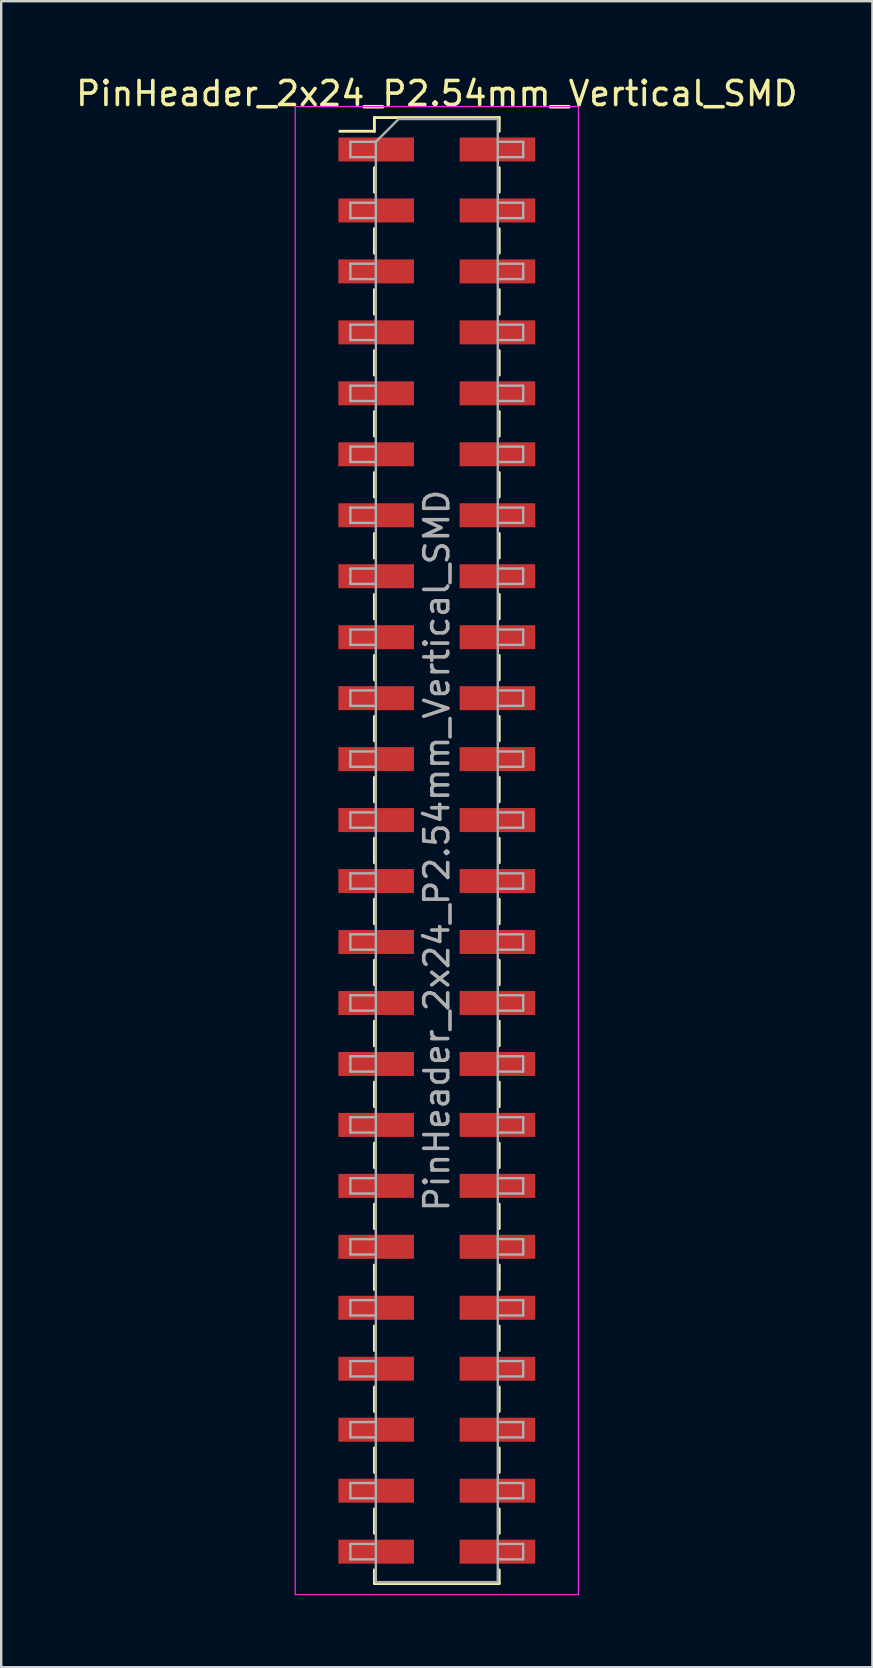
<source format=kicad_pcb>
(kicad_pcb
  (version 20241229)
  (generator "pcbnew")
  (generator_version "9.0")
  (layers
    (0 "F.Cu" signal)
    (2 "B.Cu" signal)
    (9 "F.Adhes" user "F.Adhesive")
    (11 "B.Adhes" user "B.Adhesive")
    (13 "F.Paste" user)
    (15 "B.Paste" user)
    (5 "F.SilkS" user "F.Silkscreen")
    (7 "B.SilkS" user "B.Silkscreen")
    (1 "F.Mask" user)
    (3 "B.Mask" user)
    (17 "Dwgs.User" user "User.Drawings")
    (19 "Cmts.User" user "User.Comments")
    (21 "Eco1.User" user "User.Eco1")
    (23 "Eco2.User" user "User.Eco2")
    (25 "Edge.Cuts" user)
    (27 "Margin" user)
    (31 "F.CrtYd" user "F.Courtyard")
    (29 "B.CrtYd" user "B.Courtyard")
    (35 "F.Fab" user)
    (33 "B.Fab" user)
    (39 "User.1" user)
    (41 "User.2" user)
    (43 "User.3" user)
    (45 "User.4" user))
  (footprint "PinHeader_2x24_P2.54mm_Vertical_SMD"
    (layer "F.Cu")
    (at 15.149 32.388)
    (property "Reference" "PinHeader_2x24_P2.54mm_Vertical_SMD" (at 0 -31.54 0) (layer "F.SilkS") (effects (font (size 1 1) (thickness 0.15))))
    (attr smd)
    (fp_line (start -4.04 -29.97) (end -2.6 -29.97) (stroke (width 0.12) (type solid)) (layer "F.SilkS"))
    (fp_line (start -2.6 -30.54) (end -2.6 -29.97) (stroke (width 0.12) (type solid)) (layer "F.SilkS"))
    (fp_line (start -2.6 -30.54) (end 2.6 -30.54) (stroke (width 0.12) (type solid)) (layer "F.SilkS"))
    (fp_line (start -2.6 -28.45) (end -2.6 -27.43) (stroke (width 0.12) (type solid)) (layer "F.SilkS"))
    (fp_line (start -2.6 -25.91) (end -2.6 -24.89) (stroke (width 0.12) (type solid)) (layer "F.SilkS"))
    (fp_line (start -2.6 -23.37) (end -2.6 -22.35) (stroke (width 0.12) (type solid)) (layer "F.SilkS"))
    (fp_line (start -2.6 -20.83) (end -2.6 -19.81) (stroke (width 0.12) (type solid)) (layer "F.SilkS"))
    (fp_line (start -2.6 -18.29) (end -2.6 -17.27) (stroke (width 0.12) (type solid)) (layer "F.SilkS"))
    (fp_line (start -2.6 -15.75) (end -2.6 -14.73) (stroke (width 0.12) (type solid)) (layer "F.SilkS"))
    (fp_line (start -2.6 -13.21) (end -2.6 -12.19) (stroke (width 0.12) (type solid)) (layer "F.SilkS"))
    (fp_line (start -2.6 -10.67) (end -2.6 -9.65) (stroke (width 0.12) (type solid)) (layer "F.SilkS"))
    (fp_line (start -2.6 -8.13) (end -2.6 -7.11) (stroke (width 0.12) (type solid)) (layer "F.SilkS"))
    (fp_line (start -2.6 -5.59) (end -2.6 -4.57) (stroke (width 0.12) (type solid)) (layer "F.SilkS"))
    (fp_line (start -2.6 -3.05) (end -2.6 -2.03) (stroke (width 0.12) (type solid)) (layer "F.SilkS"))
    (fp_line (start -2.6 -0.51) (end -2.6 0.51) (stroke (width 0.12) (type solid)) (layer "F.SilkS"))
    (fp_line (start -2.6 2.03) (end -2.6 3.05) (stroke (width 0.12) (type solid)) (layer "F.SilkS"))
    (fp_line (start -2.6 4.57) (end -2.6 5.59) (stroke (width 0.12) (type solid)) (layer "F.SilkS"))
    (fp_line (start -2.6 7.11) (end -2.6 8.13) (stroke (width 0.12) (type solid)) (layer "F.SilkS"))
    (fp_line (start -2.6 9.65) (end -2.6 10.67) (stroke (width 0.12) (type solid)) (layer "F.SilkS"))
    (fp_line (start -2.6 12.19) (end -2.6 13.21) (stroke (width 0.12) (type solid)) (layer "F.SilkS"))
    (fp_line (start -2.6 14.73) (end -2.6 15.75) (stroke (width 0.12) (type solid)) (layer "F.SilkS"))
    (fp_line (start -2.6 17.27) (end -2.6 18.29) (stroke (width 0.12) (type solid)) (layer "F.SilkS"))
    (fp_line (start -2.6 19.81) (end -2.6 20.83) (stroke (width 0.12) (type solid)) (layer "F.SilkS"))
    (fp_line (start -2.6 22.35) (end -2.6 23.37) (stroke (width 0.12) (type solid)) (layer "F.SilkS"))
    (fp_line (start -2.6 24.89) (end -2.6 25.91) (stroke (width 0.12) (type solid)) (layer "F.SilkS"))
    (fp_line (start -2.6 27.43) (end -2.6 28.45) (stroke (width 0.12) (type solid)) (layer "F.SilkS"))
    (fp_line (start -2.6 29.97) (end -2.6 30.54) (stroke (width 0.12) (type solid)) (layer "F.SilkS"))
    (fp_line (start -2.6 30.54) (end 2.6 30.54) (stroke (width 0.12) (type solid)) (layer "F.SilkS"))
    (fp_line (start 2.6 -30.54) (end 2.6 -29.97) (stroke (width 0.12) (type solid)) (layer "F.SilkS"))
    (fp_line (start 2.6 -28.45) (end 2.6 -27.43) (stroke (width 0.12) (type solid)) (layer "F.SilkS"))
    (fp_line (start 2.6 -25.91) (end 2.6 -24.89) (stroke (width 0.12) (type solid)) (layer "F.SilkS"))
    (fp_line (start 2.6 -23.37) (end 2.6 -22.35) (stroke (width 0.12) (type solid)) (layer "F.SilkS"))
    (fp_line (start 2.6 -20.83) (end 2.6 -19.81) (stroke (width 0.12) (type solid)) (layer "F.SilkS"))
    (fp_line (start 2.6 -18.29) (end 2.6 -17.27) (stroke (width 0.12) (type solid)) (layer "F.SilkS"))
    (fp_line (start 2.6 -15.75) (end 2.6 -14.73) (stroke (width 0.12) (type solid)) (layer "F.SilkS"))
    (fp_line (start 2.6 -13.21) (end 2.6 -12.19) (stroke (width 0.12) (type solid)) (layer "F.SilkS"))
    (fp_line (start 2.6 -10.67) (end 2.6 -9.65) (stroke (width 0.12) (type solid)) (layer "F.SilkS"))
    (fp_line (start 2.6 -8.13) (end 2.6 -7.11) (stroke (width 0.12) (type solid)) (layer "F.SilkS"))
    (fp_line (start 2.6 -5.59) (end 2.6 -4.57) (stroke (width 0.12) (type solid)) (layer "F.SilkS"))
    (fp_line (start 2.6 -3.05) (end 2.6 -2.03) (stroke (width 0.12) (type solid)) (layer "F.SilkS"))
    (fp_line (start 2.6 -0.51) (end 2.6 0.51) (stroke (width 0.12) (type solid)) (layer "F.SilkS"))
    (fp_line (start 2.6 2.03) (end 2.6 3.05) (stroke (width 0.12) (type solid)) (layer "F.SilkS"))
    (fp_line (start 2.6 4.57) (end 2.6 5.59) (stroke (width 0.12) (type solid)) (layer "F.SilkS"))
    (fp_line (start 2.6 7.11) (end 2.6 8.13) (stroke (width 0.12) (type solid)) (layer "F.SilkS"))
    (fp_line (start 2.6 9.65) (end 2.6 10.67) (stroke (width 0.12) (type solid)) (layer "F.SilkS"))
    (fp_line (start 2.6 12.19) (end 2.6 13.21) (stroke (width 0.12) (type solid)) (layer "F.SilkS"))
    (fp_line (start 2.6 14.73) (end 2.6 15.75) (stroke (width 0.12) (type solid)) (layer "F.SilkS"))
    (fp_line (start 2.6 17.27) (end 2.6 18.29) (stroke (width 0.12) (type solid)) (layer "F.SilkS"))
    (fp_line (start 2.6 19.81) (end 2.6 20.83) (stroke (width 0.12) (type solid)) (layer "F.SilkS"))
    (fp_line (start 2.6 22.35) (end 2.6 23.37) (stroke (width 0.12) (type solid)) (layer "F.SilkS"))
    (fp_line (start 2.6 24.89) (end 2.6 25.91) (stroke (width 0.12) (type solid)) (layer "F.SilkS"))
    (fp_line (start 2.6 27.43) (end 2.6 28.45) (stroke (width 0.12) (type solid)) (layer "F.SilkS"))
    (fp_line (start 2.6 29.97) (end 2.6 30.54) (stroke (width 0.12) (type solid)) (layer "F.SilkS"))
    (fp_line (start -5.9 -31) (end -5.9 31) (stroke (width 0.05) (type solid)) (layer "F.CrtYd"))
    (fp_line (start -5.9 31) (end 5.9 31) (stroke (width 0.05) (type solid)) (layer "F.CrtYd"))
    (fp_line (start 5.9 -31) (end -5.9 -31) (stroke (width 0.05) (type solid)) (layer "F.CrtYd"))
    (fp_line (start 5.9 31) (end 5.9 -31) (stroke (width 0.05) (type solid)) (layer "F.CrtYd"))
    (fp_line (start -3.6 -29.53) (end -3.6 -28.89) (stroke (width 0.1) (type solid)) (layer "F.Fab"))
    (fp_line (start -3.6 -28.89) (end -2.54 -28.89) (stroke (width 0.1) (type solid)) (layer "F.Fab"))
    (fp_line (start -3.6 -26.99) (end -3.6 -26.35) (stroke (width 0.1) (type solid)) (layer "F.Fab"))
    (fp_line (start -3.6 -26.35) (end -2.54 -26.35) (stroke (width 0.1) (type solid)) (layer "F.Fab"))
    (fp_line (start -3.6 -24.45) (end -3.6 -23.81) (stroke (width 0.1) (type solid)) (layer "F.Fab"))
    (fp_line (start -3.6 -23.81) (end -2.54 -23.81) (stroke (width 0.1) (type solid)) (layer "F.Fab"))
    (fp_line (start -3.6 -21.91) (end -3.6 -21.27) (stroke (width 0.1) (type solid)) (layer "F.Fab"))
    (fp_line (start -3.6 -21.27) (end -2.54 -21.27) (stroke (width 0.1) (type solid)) (layer "F.Fab"))
    (fp_line (start -3.6 -19.37) (end -3.6 -18.73) (stroke (width 0.1) (type solid)) (layer "F.Fab"))
    (fp_line (start -3.6 -18.73) (end -2.54 -18.73) (stroke (width 0.1) (type solid)) (layer "F.Fab"))
    (fp_line (start -3.6 -16.83) (end -3.6 -16.19) (stroke (width 0.1) (type solid)) (layer "F.Fab"))
    (fp_line (start -3.6 -16.19) (end -2.54 -16.19) (stroke (width 0.1) (type solid)) (layer "F.Fab"))
    (fp_line (start -3.6 -14.29) (end -3.6 -13.65) (stroke (width 0.1) (type solid)) (layer "F.Fab"))
    (fp_line (start -3.6 -13.65) (end -2.54 -13.65) (stroke (width 0.1) (type solid)) (layer "F.Fab"))
    (fp_line (start -3.6 -11.75) (end -3.6 -11.11) (stroke (width 0.1) (type solid)) (layer "F.Fab"))
    (fp_line (start -3.6 -11.11) (end -2.54 -11.11) (stroke (width 0.1) (type solid)) (layer "F.Fab"))
    (fp_line (start -3.6 -9.21) (end -3.6 -8.57) (stroke (width 0.1) (type solid)) (layer "F.Fab"))
    (fp_line (start -3.6 -8.57) (end -2.54 -8.57) (stroke (width 0.1) (type solid)) (layer "F.Fab"))
    (fp_line (start -3.6 -6.67) (end -3.6 -6.03) (stroke (width 0.1) (type solid)) (layer "F.Fab"))
    (fp_line (start -3.6 -6.03) (end -2.54 -6.03) (stroke (width 0.1) (type solid)) (layer "F.Fab"))
    (fp_line (start -3.6 -4.13) (end -3.6 -3.49) (stroke (width 0.1) (type solid)) (layer "F.Fab"))
    (fp_line (start -3.6 -3.49) (end -2.54 -3.49) (stroke (width 0.1) (type solid)) (layer "F.Fab"))
    (fp_line (start -3.6 -1.59) (end -3.6 -0.95) (stroke (width 0.1) (type solid)) (layer "F.Fab"))
    (fp_line (start -3.6 -0.95) (end -2.54 -0.95) (stroke (width 0.1) (type solid)) (layer "F.Fab"))
    (fp_line (start -3.6 0.95) (end -3.6 1.59) (stroke (width 0.1) (type solid)) (layer "F.Fab"))
    (fp_line (start -3.6 1.59) (end -2.54 1.59) (stroke (width 0.1) (type solid)) (layer "F.Fab"))
    (fp_line (start -3.6 3.49) (end -3.6 4.13) (stroke (width 0.1) (type solid)) (layer "F.Fab"))
    (fp_line (start -3.6 4.13) (end -2.54 4.13) (stroke (width 0.1) (type solid)) (layer "F.Fab"))
    (fp_line (start -3.6 6.03) (end -3.6 6.67) (stroke (width 0.1) (type solid)) (layer "F.Fab"))
    (fp_line (start -3.6 6.67) (end -2.54 6.67) (stroke (width 0.1) (type solid)) (layer "F.Fab"))
    (fp_line (start -3.6 8.57) (end -3.6 9.21) (stroke (width 0.1) (type solid)) (layer "F.Fab"))
    (fp_line (start -3.6 9.21) (end -2.54 9.21) (stroke (width 0.1) (type solid)) (layer "F.Fab"))
    (fp_line (start -3.6 11.11) (end -3.6 11.75) (stroke (width 0.1) (type solid)) (layer "F.Fab"))
    (fp_line (start -3.6 11.75) (end -2.54 11.75) (stroke (width 0.1) (type solid)) (layer "F.Fab"))
    (fp_line (start -3.6 13.65) (end -3.6 14.29) (stroke (width 0.1) (type solid)) (layer "F.Fab"))
    (fp_line (start -3.6 14.29) (end -2.54 14.29) (stroke (width 0.1) (type solid)) (layer "F.Fab"))
    (fp_line (start -3.6 16.19) (end -3.6 16.83) (stroke (width 0.1) (type solid)) (layer "F.Fab"))
    (fp_line (start -3.6 16.83) (end -2.54 16.83) (stroke (width 0.1) (type solid)) (layer "F.Fab"))
    (fp_line (start -3.6 18.73) (end -3.6 19.37) (stroke (width 0.1) (type solid)) (layer "F.Fab"))
    (fp_line (start -3.6 19.37) (end -2.54 19.37) (stroke (width 0.1) (type solid)) (layer "F.Fab"))
    (fp_line (start -3.6 21.27) (end -3.6 21.91) (stroke (width 0.1) (type solid)) (layer "F.Fab"))
    (fp_line (start -3.6 21.91) (end -2.54 21.91) (stroke (width 0.1) (type solid)) (layer "F.Fab"))
    (fp_line (start -3.6 23.81) (end -3.6 24.45) (stroke (width 0.1) (type solid)) (layer "F.Fab"))
    (fp_line (start -3.6 24.45) (end -2.54 24.45) (stroke (width 0.1) (type solid)) (layer "F.Fab"))
    (fp_line (start -3.6 26.35) (end -3.6 26.99) (stroke (width 0.1) (type solid)) (layer "F.Fab"))
    (fp_line (start -3.6 26.99) (end -2.54 26.99) (stroke (width 0.1) (type solid)) (layer "F.Fab"))
    (fp_line (start -3.6 28.89) (end -3.6 29.53) (stroke (width 0.1) (type solid)) (layer "F.Fab"))
    (fp_line (start -3.6 29.53) (end -2.54 29.53) (stroke (width 0.1) (type solid)) (layer "F.Fab"))
    (fp_line (start -2.54 -29.53) (end -3.6 -29.53) (stroke (width 0.1) (type solid)) (layer "F.Fab"))
    (fp_line (start -2.54 -29.53) (end -1.59 -30.48) (stroke (width 0.1) (type solid)) (layer "F.Fab"))
    (fp_line (start -2.54 -26.99) (end -3.6 -26.99) (stroke (width 0.1) (type solid)) (layer "F.Fab"))
    (fp_line (start -2.54 -24.45) (end -3.6 -24.45) (stroke (width 0.1) (type solid)) (layer "F.Fab"))
    (fp_line (start -2.54 -21.91) (end -3.6 -21.91) (stroke (width 0.1) (type solid)) (layer "F.Fab"))
    (fp_line (start -2.54 -19.37) (end -3.6 -19.37) (stroke (width 0.1) (type solid)) (layer "F.Fab"))
    (fp_line (start -2.54 -16.83) (end -3.6 -16.83) (stroke (width 0.1) (type solid)) (layer "F.Fab"))
    (fp_line (start -2.54 -14.29) (end -3.6 -14.29) (stroke (width 0.1) (type solid)) (layer "F.Fab"))
    (fp_line (start -2.54 -11.75) (end -3.6 -11.75) (stroke (width 0.1) (type solid)) (layer "F.Fab"))
    (fp_line (start -2.54 -9.21) (end -3.6 -9.21) (stroke (width 0.1) (type solid)) (layer "F.Fab"))
    (fp_line (start -2.54 -6.67) (end -3.6 -6.67) (stroke (width 0.1) (type solid)) (layer "F.Fab"))
    (fp_line (start -2.54 -4.13) (end -3.6 -4.13) (stroke (width 0.1) (type solid)) (layer "F.Fab"))
    (fp_line (start -2.54 -1.59) (end -3.6 -1.59) (stroke (width 0.1) (type solid)) (layer "F.Fab"))
    (fp_line (start -2.54 0.95) (end -3.6 0.95) (stroke (width 0.1) (type solid)) (layer "F.Fab"))
    (fp_line (start -2.54 3.49) (end -3.6 3.49) (stroke (width 0.1) (type solid)) (layer "F.Fab"))
    (fp_line (start -2.54 6.03) (end -3.6 6.03) (stroke (width 0.1) (type solid)) (layer "F.Fab"))
    (fp_line (start -2.54 8.57) (end -3.6 8.57) (stroke (width 0.1) (type solid)) (layer "F.Fab"))
    (fp_line (start -2.54 11.11) (end -3.6 11.11) (stroke (width 0.1) (type solid)) (layer "F.Fab"))
    (fp_line (start -2.54 13.65) (end -3.6 13.65) (stroke (width 0.1) (type solid)) (layer "F.Fab"))
    (fp_line (start -2.54 16.19) (end -3.6 16.19) (stroke (width 0.1) (type solid)) (layer "F.Fab"))
    (fp_line (start -2.54 18.73) (end -3.6 18.73) (stroke (width 0.1) (type solid)) (layer "F.Fab"))
    (fp_line (start -2.54 21.27) (end -3.6 21.27) (stroke (width 0.1) (type solid)) (layer "F.Fab"))
    (fp_line (start -2.54 23.81) (end -3.6 23.81) (stroke (width 0.1) (type solid)) (layer "F.Fab"))
    (fp_line (start -2.54 26.35) (end -3.6 26.35) (stroke (width 0.1) (type solid)) (layer "F.Fab"))
    (fp_line (start -2.54 28.89) (end -3.6 28.89) (stroke (width 0.1) (type solid)) (layer "F.Fab"))
    (fp_line (start -2.54 30.48) (end -2.54 -29.53) (stroke (width 0.1) (type solid)) (layer "F.Fab"))
    (fp_line (start -1.59 -30.48) (end 2.54 -30.48) (stroke (width 0.1) (type solid)) (layer "F.Fab"))
    (fp_line (start 2.54 -30.48) (end 2.54 30.48) (stroke (width 0.1) (type solid)) (layer "F.Fab"))
    (fp_line (start 2.54 -29.53) (end 3.6 -29.53) (stroke (width 0.1) (type solid)) (layer "F.Fab"))
    (fp_line (start 2.54 -26.99) (end 3.6 -26.99) (stroke (width 0.1) (type solid)) (layer "F.Fab"))
    (fp_line (start 2.54 -24.45) (end 3.6 -24.45) (stroke (width 0.1) (type solid)) (layer "F.Fab"))
    (fp_line (start 2.54 -21.91) (end 3.6 -21.91) (stroke (width 0.1) (type solid)) (layer "F.Fab"))
    (fp_line (start 2.54 -19.37) (end 3.6 -19.37) (stroke (width 0.1) (type solid)) (layer "F.Fab"))
    (fp_line (start 2.54 -16.83) (end 3.6 -16.83) (stroke (width 0.1) (type solid)) (layer "F.Fab"))
    (fp_line (start 2.54 -14.29) (end 3.6 -14.29) (stroke (width 0.1) (type solid)) (layer "F.Fab"))
    (fp_line (start 2.54 -11.75) (end 3.6 -11.75) (stroke (width 0.1) (type solid)) (layer "F.Fab"))
    (fp_line (start 2.54 -9.21) (end 3.6 -9.21) (stroke (width 0.1) (type solid)) (layer "F.Fab"))
    (fp_line (start 2.54 -6.67) (end 3.6 -6.67) (stroke (width 0.1) (type solid)) (layer "F.Fab"))
    (fp_line (start 2.54 -4.13) (end 3.6 -4.13) (stroke (width 0.1) (type solid)) (layer "F.Fab"))
    (fp_line (start 2.54 -1.59) (end 3.6 -1.59) (stroke (width 0.1) (type solid)) (layer "F.Fab"))
    (fp_line (start 2.54 0.95) (end 3.6 0.95) (stroke (width 0.1) (type solid)) (layer "F.Fab"))
    (fp_line (start 2.54 3.49) (end 3.6 3.49) (stroke (width 0.1) (type solid)) (layer "F.Fab"))
    (fp_line (start 2.54 6.03) (end 3.6 6.03) (stroke (width 0.1) (type solid)) (layer "F.Fab"))
    (fp_line (start 2.54 8.57) (end 3.6 8.57) (stroke (width 0.1) (type solid)) (layer "F.Fab"))
    (fp_line (start 2.54 11.11) (end 3.6 11.11) (stroke (width 0.1) (type solid)) (layer "F.Fab"))
    (fp_line (start 2.54 13.65) (end 3.6 13.65) (stroke (width 0.1) (type solid)) (layer "F.Fab"))
    (fp_line (start 2.54 16.19) (end 3.6 16.19) (stroke (width 0.1) (type solid)) (layer "F.Fab"))
    (fp_line (start 2.54 18.73) (end 3.6 18.73) (stroke (width 0.1) (type solid)) (layer "F.Fab"))
    (fp_line (start 2.54 21.27) (end 3.6 21.27) (stroke (width 0.1) (type solid)) (layer "F.Fab"))
    (fp_line (start 2.54 23.81) (end 3.6 23.81) (stroke (width 0.1) (type solid)) (layer "F.Fab"))
    (fp_line (start 2.54 26.35) (end 3.6 26.35) (stroke (width 0.1) (type solid)) (layer "F.Fab"))
    (fp_line (start 2.54 28.89) (end 3.6 28.89) (stroke (width 0.1) (type solid)) (layer "F.Fab"))
    (fp_line (start 2.54 30.48) (end -2.54 30.48) (stroke (width 0.1) (type solid)) (layer "F.Fab"))
    (fp_line (start 3.6 -29.53) (end 3.6 -28.89) (stroke (width 0.1) (type solid)) (layer "F.Fab"))
    (fp_line (start 3.6 -28.89) (end 2.54 -28.89) (stroke (width 0.1) (type solid)) (layer "F.Fab"))
    (fp_line (start 3.6 -26.99) (end 3.6 -26.35) (stroke (width 0.1) (type solid)) (layer "F.Fab"))
    (fp_line (start 3.6 -26.35) (end 2.54 -26.35) (stroke (width 0.1) (type solid)) (layer "F.Fab"))
    (fp_line (start 3.6 -24.45) (end 3.6 -23.81) (stroke (width 0.1) (type solid)) (layer "F.Fab"))
    (fp_line (start 3.6 -23.81) (end 2.54 -23.81) (stroke (width 0.1) (type solid)) (layer "F.Fab"))
    (fp_line (start 3.6 -21.91) (end 3.6 -21.27) (stroke (width 0.1) (type solid)) (layer "F.Fab"))
    (fp_line (start 3.6 -21.27) (end 2.54 -21.27) (stroke (width 0.1) (type solid)) (layer "F.Fab"))
    (fp_line (start 3.6 -19.37) (end 3.6 -18.73) (stroke (width 0.1) (type solid)) (layer "F.Fab"))
    (fp_line (start 3.6 -18.73) (end 2.54 -18.73) (stroke (width 0.1) (type solid)) (layer "F.Fab"))
    (fp_line (start 3.6 -16.83) (end 3.6 -16.19) (stroke (width 0.1) (type solid)) (layer "F.Fab"))
    (fp_line (start 3.6 -16.19) (end 2.54 -16.19) (stroke (width 0.1) (type solid)) (layer "F.Fab"))
    (fp_line (start 3.6 -14.29) (end 3.6 -13.65) (stroke (width 0.1) (type solid)) (layer "F.Fab"))
    (fp_line (start 3.6 -13.65) (end 2.54 -13.65) (stroke (width 0.1) (type solid)) (layer "F.Fab"))
    (fp_line (start 3.6 -11.75) (end 3.6 -11.11) (stroke (width 0.1) (type solid)) (layer "F.Fab"))
    (fp_line (start 3.6 -11.11) (end 2.54 -11.11) (stroke (width 0.1) (type solid)) (layer "F.Fab"))
    (fp_line (start 3.6 -9.21) (end 3.6 -8.57) (stroke (width 0.1) (type solid)) (layer "F.Fab"))
    (fp_line (start 3.6 -8.57) (end 2.54 -8.57) (stroke (width 0.1) (type solid)) (layer "F.Fab"))
    (fp_line (start 3.6 -6.67) (end 3.6 -6.03) (stroke (width 0.1) (type solid)) (layer "F.Fab"))
    (fp_line (start 3.6 -6.03) (end 2.54 -6.03) (stroke (width 0.1) (type solid)) (layer "F.Fab"))
    (fp_line (start 3.6 -4.13) (end 3.6 -3.49) (stroke (width 0.1) (type solid)) (layer "F.Fab"))
    (fp_line (start 3.6 -3.49) (end 2.54 -3.49) (stroke (width 0.1) (type solid)) (layer "F.Fab"))
    (fp_line (start 3.6 -1.59) (end 3.6 -0.95) (stroke (width 0.1) (type solid)) (layer "F.Fab"))
    (fp_line (start 3.6 -0.95) (end 2.54 -0.95) (stroke (width 0.1) (type solid)) (layer "F.Fab"))
    (fp_line (start 3.6 0.95) (end 3.6 1.59) (stroke (width 0.1) (type solid)) (layer "F.Fab"))
    (fp_line (start 3.6 1.59) (end 2.54 1.59) (stroke (width 0.1) (type solid)) (layer "F.Fab"))
    (fp_line (start 3.6 3.49) (end 3.6 4.13) (stroke (width 0.1) (type solid)) (layer "F.Fab"))
    (fp_line (start 3.6 4.13) (end 2.54 4.13) (stroke (width 0.1) (type solid)) (layer "F.Fab"))
    (fp_line (start 3.6 6.03) (end 3.6 6.67) (stroke (width 0.1) (type solid)) (layer "F.Fab"))
    (fp_line (start 3.6 6.67) (end 2.54 6.67) (stroke (width 0.1) (type solid)) (layer "F.Fab"))
    (fp_line (start 3.6 8.57) (end 3.6 9.21) (stroke (width 0.1) (type solid)) (layer "F.Fab"))
    (fp_line (start 3.6 9.21) (end 2.54 9.21) (stroke (width 0.1) (type solid)) (layer "F.Fab"))
    (fp_line (start 3.6 11.11) (end 3.6 11.75) (stroke (width 0.1) (type solid)) (layer "F.Fab"))
    (fp_line (start 3.6 11.75) (end 2.54 11.75) (stroke (width 0.1) (type solid)) (layer "F.Fab"))
    (fp_line (start 3.6 13.65) (end 3.6 14.29) (stroke (width 0.1) (type solid)) (layer "F.Fab"))
    (fp_line (start 3.6 14.29) (end 2.54 14.29) (stroke (width 0.1) (type solid)) (layer "F.Fab"))
    (fp_line (start 3.6 16.19) (end 3.6 16.83) (stroke (width 0.1) (type solid)) (layer "F.Fab"))
    (fp_line (start 3.6 16.83) (end 2.54 16.83) (stroke (width 0.1) (type solid)) (layer "F.Fab"))
    (fp_line (start 3.6 18.73) (end 3.6 19.37) (stroke (width 0.1) (type solid)) (layer "F.Fab"))
    (fp_line (start 3.6 19.37) (end 2.54 19.37) (stroke (width 0.1) (type solid)) (layer "F.Fab"))
    (fp_line (start 3.6 21.27) (end 3.6 21.91) (stroke (width 0.1) (type solid)) (layer "F.Fab"))
    (fp_line (start 3.6 21.91) (end 2.54 21.91) (stroke (width 0.1) (type solid)) (layer "F.Fab"))
    (fp_line (start 3.6 23.81) (end 3.6 24.45) (stroke (width 0.1) (type solid)) (layer "F.Fab"))
    (fp_line (start 3.6 24.45) (end 2.54 24.45) (stroke (width 0.1) (type solid)) (layer "F.Fab"))
    (fp_line (start 3.6 26.35) (end 3.6 26.99) (stroke (width 0.1) (type solid)) (layer "F.Fab"))
    (fp_line (start 3.6 26.99) (end 2.54 26.99) (stroke (width 0.1) (type solid)) (layer "F.Fab"))
    (fp_line (start 3.6 28.89) (end 3.6 29.53) (stroke (width 0.1) (type solid)) (layer "F.Fab"))
    (fp_line (start 3.6 29.53) (end 2.54 29.53) (stroke (width 0.1) (type solid)) (layer "F.Fab"))
    (fp_text user "${REFERENCE}" (at 0 0 90) (layer "F.Fab") (effects (font (size 1 1) (thickness 0.15))))
    (pad "1" smd rect (at -2.525 -29.21) (size 3.15 1) (layers "F.Cu" "F.Mask" "F.Paste"))
    (pad "2" smd rect (at 2.525 -29.21) (size 3.15 1) (layers "F.Cu" "F.Mask" "F.Paste"))
    (pad "3" smd rect (at -2.525 -26.67) (size 3.15 1) (layers "F.Cu" "F.Mask" "F.Paste"))
    (pad "4" smd rect (at 2.525 -26.67) (size 3.15 1) (layers "F.Cu" "F.Mask" "F.Paste"))
    (pad "5" smd rect (at -2.525 -24.13) (size 3.15 1) (layers "F.Cu" "F.Mask" "F.Paste"))
    (pad "6" smd rect (at 2.525 -24.13) (size 3.15 1) (layers "F.Cu" "F.Mask" "F.Paste"))
    (pad "7" smd rect (at -2.525 -21.59) (size 3.15 1) (layers "F.Cu" "F.Mask" "F.Paste"))
    (pad "8" smd rect (at 2.525 -21.59) (size 3.15 1) (layers "F.Cu" "F.Mask" "F.Paste"))
    (pad "9" smd rect (at -2.525 -19.05) (size 3.15 1) (layers "F.Cu" "F.Mask" "F.Paste"))
    (pad "10" smd rect (at 2.525 -19.05) (size 3.15 1) (layers "F.Cu" "F.Mask" "F.Paste"))
    (pad "11" smd rect (at -2.525 -16.51) (size 3.15 1) (layers "F.Cu" "F.Mask" "F.Paste"))
    (pad "12" smd rect (at 2.525 -16.51) (size 3.15 1) (layers "F.Cu" "F.Mask" "F.Paste"))
    (pad "13" smd rect (at -2.525 -13.97) (size 3.15 1) (layers "F.Cu" "F.Mask" "F.Paste"))
    (pad "14" smd rect (at 2.525 -13.97) (size 3.15 1) (layers "F.Cu" "F.Mask" "F.Paste"))
    (pad "15" smd rect (at -2.525 -11.43) (size 3.15 1) (layers "F.Cu" "F.Mask" "F.Paste"))
    (pad "16" smd rect (at 2.525 -11.43) (size 3.15 1) (layers "F.Cu" "F.Mask" "F.Paste"))
    (pad "17" smd rect (at -2.525 -8.89) (size 3.15 1) (layers "F.Cu" "F.Mask" "F.Paste"))
    (pad "18" smd rect (at 2.525 -8.89) (size 3.15 1) (layers "F.Cu" "F.Mask" "F.Paste"))
    (pad "19" smd rect (at -2.525 -6.35) (size 3.15 1) (layers "F.Cu" "F.Mask" "F.Paste"))
    (pad "20" smd rect (at 2.525 -6.35) (size 3.15 1) (layers "F.Cu" "F.Mask" "F.Paste"))
    (pad "21" smd rect (at -2.525 -3.81) (size 3.15 1) (layers "F.Cu" "F.Mask" "F.Paste"))
    (pad "22" smd rect (at 2.525 -3.81) (size 3.15 1) (layers "F.Cu" "F.Mask" "F.Paste"))
    (pad "23" smd rect (at -2.525 -1.27) (size 3.15 1) (layers "F.Cu" "F.Mask" "F.Paste"))
    (pad "24" smd rect (at 2.525 -1.27) (size 3.15 1) (layers "F.Cu" "F.Mask" "F.Paste"))
    (pad "25" smd rect (at -2.525 1.27) (size 3.15 1) (layers "F.Cu" "F.Mask" "F.Paste"))
    (pad "26" smd rect (at 2.525 1.27) (size 3.15 1) (layers "F.Cu" "F.Mask" "F.Paste"))
    (pad "27" smd rect (at -2.525 3.81) (size 3.15 1) (layers "F.Cu" "F.Mask" "F.Paste"))
    (pad "28" smd rect (at 2.525 3.81) (size 3.15 1) (layers "F.Cu" "F.Mask" "F.Paste"))
    (pad "29" smd rect (at -2.525 6.35) (size 3.15 1) (layers "F.Cu" "F.Mask" "F.Paste"))
    (pad "30" smd rect (at 2.525 6.35) (size 3.15 1) (layers "F.Cu" "F.Mask" "F.Paste"))
    (pad "31" smd rect (at -2.525 8.89) (size 3.15 1) (layers "F.Cu" "F.Mask" "F.Paste"))
    (pad "32" smd rect (at 2.525 8.89) (size 3.15 1) (layers "F.Cu" "F.Mask" "F.Paste"))
    (pad "33" smd rect (at -2.525 11.43) (size 3.15 1) (layers "F.Cu" "F.Mask" "F.Paste"))
    (pad "34" smd rect (at 2.525 11.43) (size 3.15 1) (layers "F.Cu" "F.Mask" "F.Paste"))
    (pad "35" smd rect (at -2.525 13.97) (size 3.15 1) (layers "F.Cu" "F.Mask" "F.Paste"))
    (pad "36" smd rect (at 2.525 13.97) (size 3.15 1) (layers "F.Cu" "F.Mask" "F.Paste"))
    (pad "37" smd rect (at -2.525 16.51) (size 3.15 1) (layers "F.Cu" "F.Mask" "F.Paste"))
    (pad "38" smd rect (at 2.525 16.51) (size 3.15 1) (layers "F.Cu" "F.Mask" "F.Paste"))
    (pad "39" smd rect (at -2.525 19.05) (size 3.15 1) (layers "F.Cu" "F.Mask" "F.Paste"))
    (pad "40" smd rect (at 2.525 19.05) (size 3.15 1) (layers "F.Cu" "F.Mask" "F.Paste"))
    (pad "41" smd rect (at -2.525 21.59) (size 3.15 1) (layers "F.Cu" "F.Mask" "F.Paste"))
    (pad "42" smd rect (at 2.525 21.59) (size 3.15 1) (layers "F.Cu" "F.Mask" "F.Paste"))
    (pad "43" smd rect (at -2.525 24.13) (size 3.15 1) (layers "F.Cu" "F.Mask" "F.Paste"))
    (pad "44" smd rect (at 2.525 24.13) (size 3.15 1) (layers "F.Cu" "F.Mask" "F.Paste"))
    (pad "45" smd rect (at -2.525 26.67) (size 3.15 1) (layers "F.Cu" "F.Mask" "F.Paste"))
    (pad "46" smd rect (at 2.525 26.67) (size 3.15 1) (layers "F.Cu" "F.Mask" "F.Paste"))
    (pad "47" smd rect (at -2.525 29.21) (size 3.15 1) (layers "F.Cu" "F.Mask" "F.Paste"))
    (pad "48" smd rect (at 2.525 29.21) (size 3.15 1) (layers "F.Cu" "F.Mask" "F.Paste")))
  (gr_rect
    (start -3 -3)
    (end 33.298 66.413)
    (stroke (width 0.1) (type default))
    (fill no)
    (layer "Edge.Cuts")))
</source>
